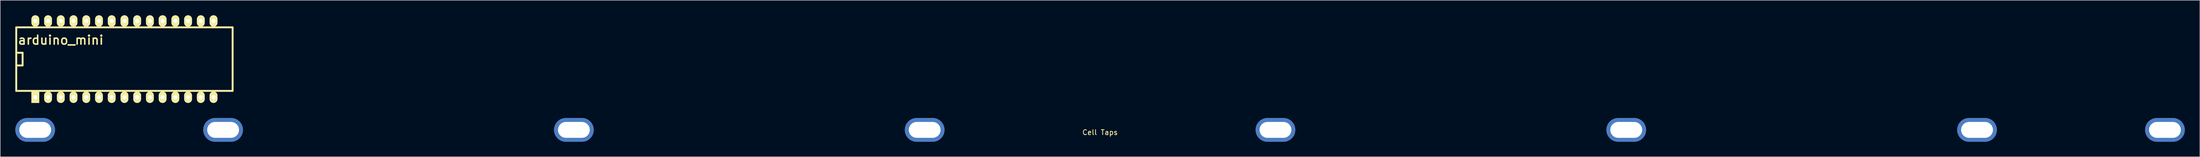
<source format=kicad_pcb>
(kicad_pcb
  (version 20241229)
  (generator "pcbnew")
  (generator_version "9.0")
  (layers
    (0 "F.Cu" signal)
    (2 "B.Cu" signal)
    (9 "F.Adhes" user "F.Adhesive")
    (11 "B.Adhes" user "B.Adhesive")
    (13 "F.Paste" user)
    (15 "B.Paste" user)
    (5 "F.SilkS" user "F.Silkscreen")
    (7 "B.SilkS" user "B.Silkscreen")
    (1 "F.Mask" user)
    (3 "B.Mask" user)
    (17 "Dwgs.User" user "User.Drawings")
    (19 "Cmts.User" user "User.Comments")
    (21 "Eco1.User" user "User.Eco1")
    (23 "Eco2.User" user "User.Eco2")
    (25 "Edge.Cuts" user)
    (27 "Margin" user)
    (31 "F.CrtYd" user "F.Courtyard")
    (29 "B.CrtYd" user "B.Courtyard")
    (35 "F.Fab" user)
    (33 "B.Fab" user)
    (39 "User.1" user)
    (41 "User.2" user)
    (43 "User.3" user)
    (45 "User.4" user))
  (footprint "Cell Taps"
    (layer "F.Cu")
    (at 216.469 22.907)
    (property "Reference" "Cell Taps" (at 0 0.5 0) (layer "F.SilkS") (effects (font (size 1 1) (thickness 0.15))))
    (attr through_hole)
    (pad "1" thru_hole oval (at -212.5 0) (size 7.938 4.763) (drill oval 6.35 3.175) (layers "*.Cu" "*.Mask"))
    (pad "2" thru_hole oval (at -175 0) (size 7.938 4.763) (drill oval 6.35 3.175) (layers "*.Cu" "*.Mask"))
    (pad "3" thru_hole oval (at -105 0) (size 7.938 4.763) (drill oval 6.35 3.175) (layers "*.Cu" "*.Mask"))
    (pad "4" thru_hole oval (at -35 0) (size 7.938 4.763) (drill oval 6.35 3.175) (layers "*.Cu" "*.Mask"))
    (pad "5" thru_hole oval (at 35 0) (size 7.938 4.763) (drill oval 6.35 3.175) (layers "*.Cu" "*.Mask"))
    (pad "6" thru_hole oval (at 105 0) (size 7.938 4.763) (drill oval 6.35 3.175) (layers "*.Cu" "*.Mask"))
    (pad "7" thru_hole oval (at 175 0) (size 7.938 4.763) (drill oval 6.35 3.175) (layers "*.Cu" "*.Mask"))
    (pad "8" thru_hole oval (at 212.5 0) (size 7.938 4.763) (drill oval 6.35 3.175) (layers "*.Cu" "*.Mask")))
  (footprint "arduino_mini"
    (layer "F.Cu")
    (at 23.05 8.763)
    (property "Reference" "arduino_mini" (at -13.97 -3.81 0) (layer "F.SilkS") (effects (font (size 1.778 1.778) (thickness 0.305))))
    (attr through_hole)
    (fp_line (start -22.86 -6.35) (end 20.32 -6.35) (stroke (width 0.381) (type solid)) (layer "F.SilkS"))
    (fp_line (start -22.86 1.27) (end -21.59 1.27) (stroke (width 0.381) (type solid)) (layer "F.SilkS"))
    (fp_line (start -22.86 6.35) (end -22.86 -6.35) (stroke (width 0.381) (type solid)) (layer "F.SilkS"))
    (fp_line (start -21.59 -1.27) (end -22.86 -1.27) (stroke (width 0.381) (type solid)) (layer "F.SilkS"))
    (fp_line (start -21.59 1.27) (end -21.59 -1.27) (stroke (width 0.381) (type solid)) (layer "F.SilkS"))
    (fp_line (start 20.32 -6.35) (end 20.32 6.35) (stroke (width 0.381) (type solid)) (layer "F.SilkS"))
    (fp_line (start 20.32 6.35) (end -22.86 6.35) (stroke (width 0.381) (type solid)) (layer "F.SilkS"))
    (pad "1" thru_hole rect (at -19.05 7.62) (size 1.575 2.286) (drill 0.813) (layers "*.Cu" "*.Mask" "F.SilkS"))
    (pad "2" thru_hole oval (at -16.51 7.62) (size 1.575 2.286) (drill 0.813) (layers "*.Cu" "*.Mask" "F.SilkS"))
    (pad "3" thru_hole oval (at -13.97 7.62) (size 1.575 2.286) (drill 0.813) (layers "*.Cu" "*.Mask" "F.SilkS"))
    (pad "4" thru_hole oval (at -11.43 7.62) (size 1.575 2.286) (drill 0.813) (layers "*.Cu" "*.Mask" "F.SilkS"))
    (pad "5" thru_hole oval (at -8.89 7.62) (size 1.575 2.286) (drill 0.813) (layers "*.Cu" "*.Mask" "F.SilkS"))
    (pad "6" thru_hole oval (at -6.35 7.62) (size 1.575 2.286) (drill 0.813) (layers "*.Cu" "*.Mask" "F.SilkS"))
    (pad "7" thru_hole oval (at -3.81 7.62) (size 1.575 2.286) (drill 0.813) (layers "*.Cu" "*.Mask" "F.SilkS"))
    (pad "8" thru_hole oval (at -1.27 7.62) (size 1.575 2.286) (drill 0.813) (layers "*.Cu" "*.Mask" "F.SilkS"))
    (pad "9" thru_hole oval (at 1.27 7.62) (size 1.575 2.286) (drill 0.813) (layers "*.Cu" "*.Mask" "F.SilkS"))
    (pad "10" thru_hole oval (at 3.81 7.62) (size 1.575 2.286) (drill 0.813) (layers "*.Cu" "*.Mask" "F.SilkS"))
    (pad "11" thru_hole oval (at 6.35 7.62) (size 1.575 2.286) (drill 0.813) (layers "*.Cu" "*.Mask" "F.SilkS"))
    (pad "12" thru_hole oval (at 8.89 7.62) (size 1.575 2.286) (drill 0.813) (layers "*.Cu" "*.Mask" "F.SilkS"))
    (pad "13" thru_hole oval (at 11.43 7.62) (size 1.575 2.286) (drill 0.813) (layers "*.Cu" "*.Mask" "F.SilkS"))
    (pad "14" thru_hole oval (at 13.97 7.62) (size 1.575 2.286) (drill 0.813) (layers "*.Cu" "*.Mask" "F.SilkS"))
    (pad "15" thru_hole oval (at 16.51 7.62) (size 1.575 2.286) (drill 0.813) (layers "*.Cu" "*.Mask" "F.SilkS"))
    (pad "16" thru_hole oval (at 16.51 -7.62) (size 1.575 2.286) (drill 0.813) (layers "*.Cu" "*.Mask" "F.SilkS"))
    (pad "17" thru_hole oval (at 13.97 -7.62) (size 1.575 2.286) (drill 0.813) (layers "*.Cu" "*.Mask" "F.SilkS"))
    (pad "18" thru_hole oval (at 11.43 -7.62) (size 1.575 2.286) (drill 0.813) (layers "*.Cu" "*.Mask" "F.SilkS"))
    (pad "19" thru_hole oval (at 8.89 -7.62) (size 1.575 2.286) (drill 0.813) (layers "*.Cu" "*.Mask" "F.SilkS"))
    (pad "20" thru_hole oval (at 6.35 -7.62) (size 1.575 2.286) (drill 0.813) (layers "*.Cu" "*.Mask" "F.SilkS"))
    (pad "21" thru_hole oval (at 3.81 -7.62) (size 1.575 2.286) (drill 0.813) (layers "*.Cu" "*.Mask" "F.SilkS"))
    (pad "22" thru_hole oval (at 1.27 -7.62) (size 1.575 2.286) (drill 0.813) (layers "*.Cu" "*.Mask" "F.SilkS"))
    (pad "23" thru_hole oval (at -1.27 -7.62) (size 1.575 2.286) (drill 0.813) (layers "*.Cu" "*.Mask" "F.SilkS"))
    (pad "24" thru_hole oval (at -3.81 -7.62) (size 1.575 2.286) (drill 0.813) (layers "*.Cu" "*.Mask" "F.SilkS"))
    (pad "25" thru_hole oval (at -6.35 -7.62) (size 1.575 2.286) (drill 0.813) (layers "*.Cu" "*.Mask" "F.SilkS"))
    (pad "26" thru_hole oval (at -8.89 -7.62) (size 1.575 2.286) (drill 0.813) (layers "*.Cu" "*.Mask" "F.SilkS"))
    (pad "27" thru_hole oval (at -11.43 -7.62) (size 1.575 2.286) (drill 0.813) (layers "*.Cu" "*.Mask" "F.SilkS"))
    (pad "28" thru_hole oval (at -13.97 -7.62) (size 1.575 2.286) (drill 0.813) (layers "*.Cu" "*.Mask" "F.SilkS"))
    (pad "29" thru_hole oval (at -16.51 -7.62) (size 1.575 2.286) (drill 0.813) (layers "*.Cu" "*.Mask" "F.SilkS"))
    (pad "30" thru_hole oval (at -19.05 -7.62) (size 1.575 2.286) (drill 0.813) (layers "*.Cu" "*.Mask" "F.SilkS")))
  (gr_rect
    (start -3 -3)
    (end 435.938 28.288)
    (stroke (width 0.1) (type default))
    (fill no)
    (layer "Edge.Cuts")))
</source>
